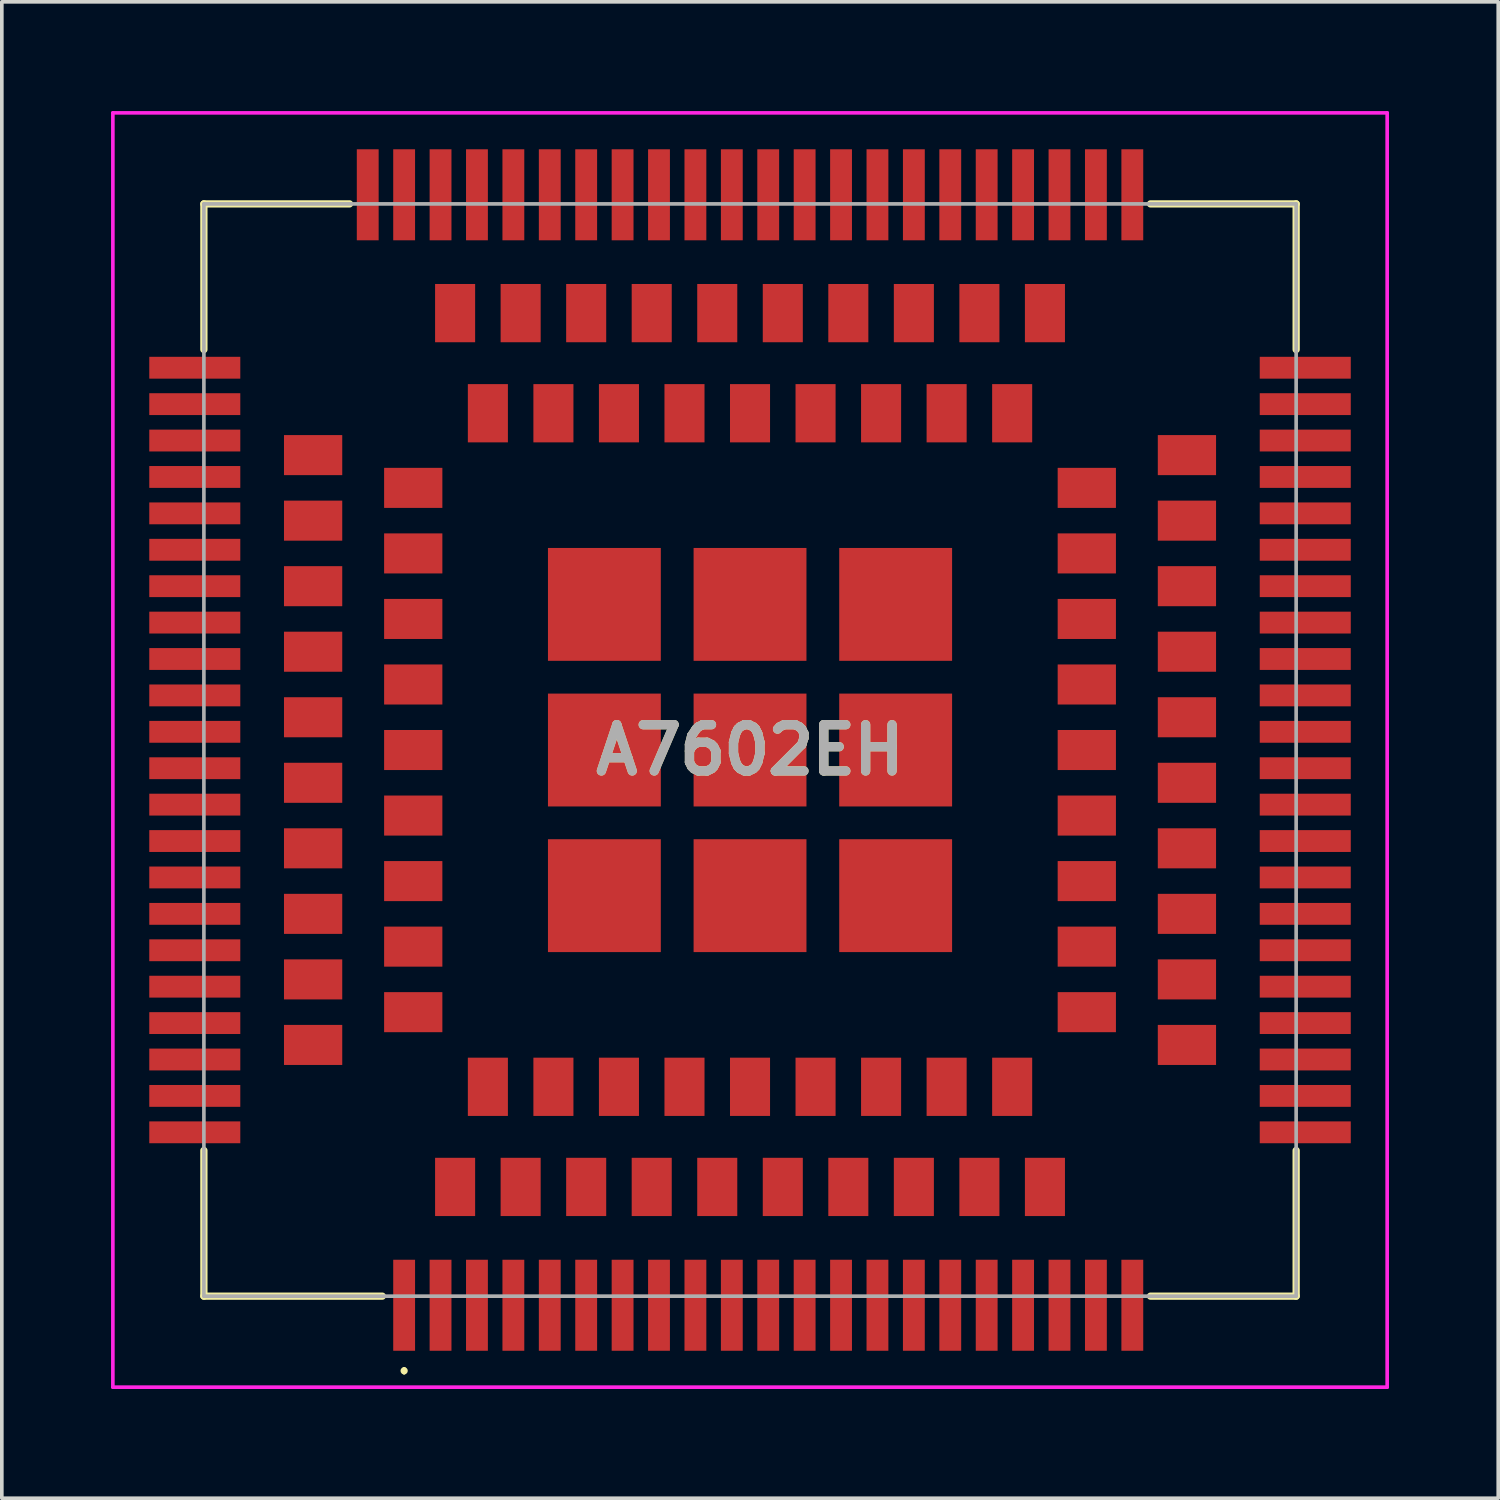
<source format=kicad_pcb>
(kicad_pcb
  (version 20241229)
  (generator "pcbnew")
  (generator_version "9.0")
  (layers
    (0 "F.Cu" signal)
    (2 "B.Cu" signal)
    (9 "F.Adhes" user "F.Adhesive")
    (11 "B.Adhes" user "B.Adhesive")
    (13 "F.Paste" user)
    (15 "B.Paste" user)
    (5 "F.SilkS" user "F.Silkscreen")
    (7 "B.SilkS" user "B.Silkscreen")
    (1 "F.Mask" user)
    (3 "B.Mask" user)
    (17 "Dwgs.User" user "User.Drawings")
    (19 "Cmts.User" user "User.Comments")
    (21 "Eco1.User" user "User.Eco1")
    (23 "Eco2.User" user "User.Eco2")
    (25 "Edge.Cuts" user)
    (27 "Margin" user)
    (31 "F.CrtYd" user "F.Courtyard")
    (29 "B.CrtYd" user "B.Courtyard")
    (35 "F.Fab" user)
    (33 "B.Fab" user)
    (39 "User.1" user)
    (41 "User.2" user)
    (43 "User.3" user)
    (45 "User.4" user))
  (footprint "A7602EH"
    (layer "F.Cu")
    (at 17.55 17.55)
    (property "Reference" "A7602EH" (at 0 0 0) (layer "F.SilkS") (effects (font (size 1.27 1.27) (thickness 0.254))))
    (attr smd)
    (fp_line (start -15 -15) (end -15 -11) (stroke (width 0.2) (type solid)) (layer "F.SilkS"))
    (fp_line (start -15 15) (end -15 11) (stroke (width 0.2) (type solid)) (layer "F.SilkS"))
    (fp_line (start -11 -15) (end -15 -15) (stroke (width 0.2) (type solid)) (layer "F.SilkS"))
    (fp_line (start -10.1 15) (end -15 15) (stroke (width 0.2) (type solid)) (layer "F.SilkS"))
    (fp_line (start -9.5 17) (end -9.5 17) (stroke (width 0.1) (type solid)) (layer "F.SilkS"))
    (fp_line (start -9.5 17.1) (end -9.5 17.1) (stroke (width 0.1) (type solid)) (layer "F.SilkS"))
    (fp_line (start 11 15) (end 15 15) (stroke (width 0.2) (type solid)) (layer "F.SilkS"))
    (fp_line (start 15 -15) (end 11 -15) (stroke (width 0.2) (type solid)) (layer "F.SilkS"))
    (fp_line (start 15 -11) (end 15 -15) (stroke (width 0.2) (type solid)) (layer "F.SilkS"))
    (fp_line (start 15 15) (end 15 11) (stroke (width 0.2) (type solid)) (layer "F.SilkS"))
    (fp_arc (start -9.5 17) (mid -9.45 17.05) (end -9.5 17.1) (stroke (width 0.1) (type solid)) (layer "F.SilkS"))
    (fp_arc (start -9.5 17.1) (mid -9.55 17.05) (end -9.5 17) (stroke (width 0.1) (type solid)) (layer "F.SilkS"))
    (fp_line (start -17.5 -17.5) (end 17.5 -17.5) (stroke (width 0.1) (type solid)) (layer "F.CrtYd"))
    (fp_line (start -17.5 17.5) (end -17.5 -17.5) (stroke (width 0.1) (type solid)) (layer "F.CrtYd"))
    (fp_line (start 17.5 -17.5) (end 17.5 17.5) (stroke (width 0.1) (type solid)) (layer "F.CrtYd"))
    (fp_line (start 17.5 17.5) (end -17.5 17.5) (stroke (width 0.1) (type solid)) (layer "F.CrtYd"))
    (fp_line (start -15 -15) (end 15 -15) (stroke (width 0.1) (type solid)) (layer "F.Fab"))
    (fp_line (start -15 15) (end -15 -15) (stroke (width 0.1) (type solid)) (layer "F.Fab"))
    (fp_line (start 15 -15) (end 15 15) (stroke (width 0.1) (type solid)) (layer "F.Fab"))
    (fp_line (start 15 15) (end -15 15) (stroke (width 0.1) (type solid)) (layer "F.Fab"))
    (fp_text user "${REFERENCE}" (at 0 0 0) (layer "F.Fab") (effects (font (size 1.27 1.27) (thickness 0.254))))
    (pad "1" smd rect (at -9.5 15.25) (size 0.6 2.5) (layers "F.Cu" "F.Mask" "F.Paste"))
    (pad "2" smd rect (at -8.5 15.25) (size 0.6 2.5) (layers "F.Cu" "F.Mask" "F.Paste"))
    (pad "3" smd rect (at -7.5 15.25) (size 0.6 2.5) (layers "F.Cu" "F.Mask" "F.Paste"))
    (pad "4" smd rect (at -6.5 15.25) (size 0.6 2.5) (layers "F.Cu" "F.Mask" "F.Paste"))
    (pad "5" smd rect (at -5.5 15.25) (size 0.6 2.5) (layers "F.Cu" "F.Mask" "F.Paste"))
    (pad "6" smd rect (at -4.5 15.25) (size 0.6 2.5) (layers "F.Cu" "F.Mask" "F.Paste"))
    (pad "7" smd rect (at -3.5 15.25) (size 0.6 2.5) (layers "F.Cu" "F.Mask" "F.Paste"))
    (pad "8" smd rect (at -2.5 15.25) (size 0.6 2.5) (layers "F.Cu" "F.Mask" "F.Paste"))
    (pad "9" smd rect (at -1.5 15.25) (size 0.6 2.5) (layers "F.Cu" "F.Mask" "F.Paste"))
    (pad "10" smd rect (at -0.5 15.25) (size 0.6 2.5) (layers "F.Cu" "F.Mask" "F.Paste"))
    (pad "11" smd rect (at 0.5 15.25) (size 0.6 2.5) (layers "F.Cu" "F.Mask" "F.Paste"))
    (pad "12" smd rect (at 1.5 15.25) (size 0.6 2.5) (layers "F.Cu" "F.Mask" "F.Paste"))
    (pad "13" smd rect (at 2.5 15.25) (size 0.6 2.5) (layers "F.Cu" "F.Mask" "F.Paste"))
    (pad "14" smd rect (at 3.5 15.25) (size 0.6 2.5) (layers "F.Cu" "F.Mask" "F.Paste"))
    (pad "15" smd rect (at 4.5 15.25) (size 0.6 2.5) (layers "F.Cu" "F.Mask" "F.Paste"))
    (pad "16" smd rect (at 5.5 15.25) (size 0.6 2.5) (layers "F.Cu" "F.Mask" "F.Paste"))
    (pad "17" smd rect (at 6.5 15.25) (size 0.6 2.5) (layers "F.Cu" "F.Mask" "F.Paste"))
    (pad "18" smd rect (at 7.5 15.25) (size 0.6 2.5) (layers "F.Cu" "F.Mask" "F.Paste"))
    (pad "19" smd rect (at 8.5 15.25) (size 0.6 2.5) (layers "F.Cu" "F.Mask" "F.Paste"))
    (pad "20" smd rect (at 9.5 15.25) (size 0.6 2.5) (layers "F.Cu" "F.Mask" "F.Paste"))
    (pad "21" smd rect (at 15.25 9.5 90) (size 0.6 2.5) (layers "F.Cu" "F.Mask" "F.Paste"))
    (pad "22" smd rect (at 15.25 8.5 90) (size 0.6 2.5) (layers "F.Cu" "F.Mask" "F.Paste"))
    (pad "23" smd rect (at 15.25 7.5 90) (size 0.6 2.5) (layers "F.Cu" "F.Mask" "F.Paste"))
    (pad "24" smd rect (at 15.25 6.5 90) (size 0.6 2.5) (layers "F.Cu" "F.Mask" "F.Paste"))
    (pad "25" smd rect (at 15.25 5.5 90) (size 0.6 2.5) (layers "F.Cu" "F.Mask" "F.Paste"))
    (pad "26" smd rect (at 15.25 4.5 90) (size 0.6 2.5) (layers "F.Cu" "F.Mask" "F.Paste"))
    (pad "27" smd rect (at 15.25 3.5 90) (size 0.6 2.5) (layers "F.Cu" "F.Mask" "F.Paste"))
    (pad "28" smd rect (at 15.25 2.5 90) (size 0.6 2.5) (layers "F.Cu" "F.Mask" "F.Paste"))
    (pad "29" smd rect (at 15.25 1.5 90) (size 0.6 2.5) (layers "F.Cu" "F.Mask" "F.Paste"))
    (pad "30" smd rect (at 15.25 0.5 90) (size 0.6 2.5) (layers "F.Cu" "F.Mask" "F.Paste"))
    (pad "31" smd rect (at 15.25 -0.5 90) (size 0.6 2.5) (layers "F.Cu" "F.Mask" "F.Paste"))
    (pad "32" smd rect (at 15.25 -1.5 90) (size 0.6 2.5) (layers "F.Cu" "F.Mask" "F.Paste"))
    (pad "33" smd rect (at 15.25 -2.5 90) (size 0.6 2.5) (layers "F.Cu" "F.Mask" "F.Paste"))
    (pad "34" smd rect (at 15.25 -3.5 90) (size 0.6 2.5) (layers "F.Cu" "F.Mask" "F.Paste"))
    (pad "35" smd rect (at 15.25 -4.5 90) (size 0.6 2.5) (layers "F.Cu" "F.Mask" "F.Paste"))
    (pad "36" smd rect (at 15.25 -5.5 90) (size 0.6 2.5) (layers "F.Cu" "F.Mask" "F.Paste"))
    (pad "37" smd rect (at 15.25 -6.5 90) (size 0.6 2.5) (layers "F.Cu" "F.Mask" "F.Paste"))
    (pad "38" smd rect (at 15.25 -7.5 90) (size 0.6 2.5) (layers "F.Cu" "F.Mask" "F.Paste"))
    (pad "39" smd rect (at 15.25 -8.5 90) (size 0.6 2.5) (layers "F.Cu" "F.Mask" "F.Paste"))
    (pad "40" smd rect (at 15.25 -9.5 90) (size 0.6 2.5) (layers "F.Cu" "F.Mask" "F.Paste"))
    (pad "41" smd rect (at 9.5 -15.25) (size 0.6 2.5) (layers "F.Cu" "F.Mask" "F.Paste"))
    (pad "42" smd rect (at 8.5 -15.25) (size 0.6 2.5) (layers "F.Cu" "F.Mask" "F.Paste"))
    (pad "43" smd rect (at 7.5 -15.25) (size 0.6 2.5) (layers "F.Cu" "F.Mask" "F.Paste"))
    (pad "44" smd rect (at 6.5 -15.25) (size 0.6 2.5) (layers "F.Cu" "F.Mask" "F.Paste"))
    (pad "45" smd rect (at 5.5 -15.25) (size 0.6 2.5) (layers "F.Cu" "F.Mask" "F.Paste"))
    (pad "46" smd rect (at 4.5 -15.25) (size 0.6 2.5) (layers "F.Cu" "F.Mask" "F.Paste"))
    (pad "47" smd rect (at 3.5 -15.25) (size 0.6 2.5) (layers "F.Cu" "F.Mask" "F.Paste"))
    (pad "48" smd rect (at 2.5 -15.25) (size 0.6 2.5) (layers "F.Cu" "F.Mask" "F.Paste"))
    (pad "49" smd rect (at 1.5 -15.25) (size 0.6 2.5) (layers "F.Cu" "F.Mask" "F.Paste"))
    (pad "50" smd rect (at 0.5 -15.25) (size 0.6 2.5) (layers "F.Cu" "F.Mask" "F.Paste"))
    (pad "51" smd rect (at -0.5 -15.25) (size 0.6 2.5) (layers "F.Cu" "F.Mask" "F.Paste"))
    (pad "52" smd rect (at -1.5 -15.25) (size 0.6 2.5) (layers "F.Cu" "F.Mask" "F.Paste"))
    (pad "53" smd rect (at -2.5 -15.25) (size 0.6 2.5) (layers "F.Cu" "F.Mask" "F.Paste"))
    (pad "54" smd rect (at -3.5 -15.25) (size 0.6 2.5) (layers "F.Cu" "F.Mask" "F.Paste"))
    (pad "55" smd rect (at -4.5 -15.25) (size 0.6 2.5) (layers "F.Cu" "F.Mask" "F.Paste"))
    (pad "56" smd rect (at -5.5 -15.25) (size 0.6 2.5) (layers "F.Cu" "F.Mask" "F.Paste"))
    (pad "57" smd rect (at -6.5 -15.25) (size 0.6 2.5) (layers "F.Cu" "F.Mask" "F.Paste"))
    (pad "58" smd rect (at -7.5 -15.25) (size 0.6 2.5) (layers "F.Cu" "F.Mask" "F.Paste"))
    (pad "59" smd rect (at -8.5 -15.25) (size 0.6 2.5) (layers "F.Cu" "F.Mask" "F.Paste"))
    (pad "60" smd rect (at -9.5 -15.25) (size 0.6 2.5) (layers "F.Cu" "F.Mask" "F.Paste"))
    (pad "61" smd rect (at -15.25 -9.5 90) (size 0.6 2.5) (layers "F.Cu" "F.Mask" "F.Paste"))
    (pad "62" smd rect (at -15.25 -8.5 90) (size 0.6 2.5) (layers "F.Cu" "F.Mask" "F.Paste"))
    (pad "63" smd rect (at -15.25 -7.5 90) (size 0.6 2.5) (layers "F.Cu" "F.Mask" "F.Paste"))
    (pad "64" smd rect (at -15.25 -6.5 90) (size 0.6 2.5) (layers "F.Cu" "F.Mask" "F.Paste"))
    (pad "65" smd rect (at -15.25 -5.5 90) (size 0.6 2.5) (layers "F.Cu" "F.Mask" "F.Paste"))
    (pad "66" smd rect (at -15.25 -4.5 90) (size 0.6 2.5) (layers "F.Cu" "F.Mask" "F.Paste"))
    (pad "67" smd rect (at -15.25 -3.5 90) (size 0.6 2.5) (layers "F.Cu" "F.Mask" "F.Paste"))
    (pad "68" smd rect (at -15.25 -2.5 90) (size 0.6 2.5) (layers "F.Cu" "F.Mask" "F.Paste"))
    (pad "69" smd rect (at -15.25 -1.5 90) (size 0.6 2.5) (layers "F.Cu" "F.Mask" "F.Paste"))
    (pad "70" smd rect (at -15.25 -0.5 90) (size 0.6 2.5) (layers "F.Cu" "F.Mask" "F.Paste"))
    (pad "71" smd rect (at -15.25 0.5 90) (size 0.6 2.5) (layers "F.Cu" "F.Mask" "F.Paste"))
    (pad "72" smd rect (at -15.25 1.5 90) (size 0.6 2.5) (layers "F.Cu" "F.Mask" "F.Paste"))
    (pad "73" smd rect (at -15.25 2.5 90) (size 0.6 2.5) (layers "F.Cu" "F.Mask" "F.Paste"))
    (pad "74" smd rect (at -15.25 3.5 90) (size 0.6 2.5) (layers "F.Cu" "F.Mask" "F.Paste"))
    (pad "75" smd rect (at -15.25 4.5 90) (size 0.6 2.5) (layers "F.Cu" "F.Mask" "F.Paste"))
    (pad "76" smd rect (at -15.25 5.5 90) (size 0.6 2.5) (layers "F.Cu" "F.Mask" "F.Paste"))
    (pad "77" smd rect (at -15.25 6.5 90) (size 0.6 2.5) (layers "F.Cu" "F.Mask" "F.Paste"))
    (pad "78" smd rect (at -15.25 7.5 90) (size 0.6 2.5) (layers "F.Cu" "F.Mask" "F.Paste"))
    (pad "79" smd rect (at -15.25 8.5 90) (size 0.6 2.5) (layers "F.Cu" "F.Mask" "F.Paste"))
    (pad "80" smd rect (at -15.25 9.5 90) (size 0.6 2.5) (layers "F.Cu" "F.Mask" "F.Paste"))
    (pad "81" smd rect (at 10.5 15.25) (size 0.6 2.5) (layers "F.Cu" "F.Mask" "F.Paste"))
    (pad "82" smd rect (at 10.5 -15.25) (size 0.6 2.5) (layers "F.Cu" "F.Mask" "F.Paste"))
    (pad "83" smd rect (at 15.25 -10.5 90) (size 0.6 2.5) (layers "F.Cu" "F.Mask" "F.Paste"))
    (pad "84" smd rect (at 15.25 10.5 90) (size 0.6 2.5) (layers "F.Cu" "F.Mask" "F.Paste"))
    (pad "85" smd rect (at -10.5 -15.25) (size 0.6 2.5) (layers "F.Cu" "F.Mask" "F.Paste"))
    (pad "86" smd rect (at -15.25 10.5 90) (size 0.6 2.5) (layers "F.Cu" "F.Mask" "F.Paste"))
    (pad "87" smd rect (at -15.25 -10.5 90) (size 0.6 2.5) (layers "F.Cu" "F.Mask" "F.Paste"))
    (pad "88" smd rect (at -6.3 12) (size 1.1 1.6) (layers "F.Cu" "F.Mask" "F.Paste"))
    (pad "89" smd rect (at -4.5 12) (size 1.1 1.6) (layers "F.Cu" "F.Mask" "F.Paste"))
    (pad "90" smd rect (at -2.7 12) (size 1.1 1.6) (layers "F.Cu" "F.Mask" "F.Paste"))
    (pad "91" smd rect (at -0.9 12) (size 1.1 1.6) (layers "F.Cu" "F.Mask" "F.Paste"))
    (pad "92" smd rect (at 0.9 12) (size 1.1 1.6) (layers "F.Cu" "F.Mask" "F.Paste"))
    (pad "93" smd rect (at 2.7 12) (size 1.1 1.6) (layers "F.Cu" "F.Mask" "F.Paste"))
    (pad "94" smd rect (at 4.5 12) (size 1.1 1.6) (layers "F.Cu" "F.Mask" "F.Paste"))
    (pad "95" smd rect (at 6.3 12) (size 1.1 1.6) (layers "F.Cu" "F.Mask" "F.Paste"))
    (pad "96" smd rect (at 12 6.3 90) (size 1.1 1.6) (layers "F.Cu" "F.Mask" "F.Paste"))
    (pad "97" smd rect (at 12 4.5 90) (size 1.1 1.6) (layers "F.Cu" "F.Mask" "F.Paste"))
    (pad "98" smd rect (at 12 2.7 90) (size 1.1 1.6) (layers "F.Cu" "F.Mask" "F.Paste"))
    (pad "99" smd rect (at 12 0.9 90) (size 1.1 1.6) (layers "F.Cu" "F.Mask" "F.Paste"))
    (pad "100" smd rect (at 12 -0.9 90) (size 1.1 1.6) (layers "F.Cu" "F.Mask" "F.Paste"))
    (pad "101" smd rect (at 12 -2.7 90) (size 1.1 1.6) (layers "F.Cu" "F.Mask" "F.Paste"))
    (pad "102" smd rect (at 12 -4.5 90) (size 1.1 1.6) (layers "F.Cu" "F.Mask" "F.Paste"))
    (pad "103" smd rect (at 12 -6.3 90) (size 1.1 1.6) (layers "F.Cu" "F.Mask" "F.Paste"))
    (pad "104" smd rect (at 6.3 -12) (size 1.1 1.6) (layers "F.Cu" "F.Mask" "F.Paste"))
    (pad "105" smd rect (at 4.5 -12) (size 1.1 1.6) (layers "F.Cu" "F.Mask" "F.Paste"))
    (pad "106" smd rect (at 2.7 -12) (size 1.1 1.6) (layers "F.Cu" "F.Mask" "F.Paste"))
    (pad "107" smd rect (at 0.9 -12) (size 1.1 1.6) (layers "F.Cu" "F.Mask" "F.Paste"))
    (pad "108" smd rect (at -0.9 -12) (size 1.1 1.6) (layers "F.Cu" "F.Mask" "F.Paste"))
    (pad "109" smd rect (at -2.7 -12) (size 1.1 1.6) (layers "F.Cu" "F.Mask" "F.Paste"))
    (pad "110" smd rect (at -4.5 -12) (size 1.1 1.6) (layers "F.Cu" "F.Mask" "F.Paste"))
    (pad "111" smd rect (at -6.3 -12) (size 1.1 1.6) (layers "F.Cu" "F.Mask" "F.Paste"))
    (pad "112" smd rect (at -12 -6.3 90) (size 1.1 1.6) (layers "F.Cu" "F.Mask" "F.Paste"))
    (pad "113" smd rect (at -12 -4.5 90) (size 1.1 1.6) (layers "F.Cu" "F.Mask" "F.Paste"))
    (pad "114" smd rect (at -12 -2.7 90) (size 1.1 1.6) (layers "F.Cu" "F.Mask" "F.Paste"))
    (pad "115" smd rect (at -12 -0.9 90) (size 1.1 1.6) (layers "F.Cu" "F.Mask" "F.Paste"))
    (pad "116" smd rect (at -12 0.9 90) (size 1.1 1.6) (layers "F.Cu" "F.Mask" "F.Paste"))
    (pad "117" smd rect (at -12 2.7 90) (size 1.1 1.6) (layers "F.Cu" "F.Mask" "F.Paste"))
    (pad "118" smd rect (at -12 4.5 90) (size 1.1 1.6) (layers "F.Cu" "F.Mask" "F.Paste"))
    (pad "119" smd rect (at -12 6.3 90) (size 1.1 1.6) (layers "F.Cu" "F.Mask" "F.Paste"))
    (pad "120" smd rect (at -8.1 12) (size 1.1 1.6) (layers "F.Cu" "F.Mask" "F.Paste"))
    (pad "121" smd rect (at 8.1 12) (size 1.1 1.6) (layers "F.Cu" "F.Mask" "F.Paste"))
    (pad "122" smd rect (at 12 8.1 90) (size 1.1 1.6) (layers "F.Cu" "F.Mask" "F.Paste"))
    (pad "123" smd rect (at 12 -8.1 90) (size 1.1 1.6) (layers "F.Cu" "F.Mask" "F.Paste"))
    (pad "124" smd rect (at 8.1 -12) (size 1.1 1.6) (layers "F.Cu" "F.Mask" "F.Paste"))
    (pad "125" smd rect (at -8.1 -12) (size 1.1 1.6) (layers "F.Cu" "F.Mask" "F.Paste"))
    (pad "126" smd rect (at -12 -8.1 90) (size 1.1 1.6) (layers "F.Cu" "F.Mask" "F.Paste"))
    (pad "127" smd rect (at -12 8.1 90) (size 1.1 1.6) (layers "F.Cu" "F.Mask" "F.Paste"))
    (pad "128" smd rect (at -7.2 9.25) (size 1.1 1.6) (layers "F.Cu" "F.Mask" "F.Paste"))
    (pad "129" smd rect (at -5.4 9.25) (size 1.1 1.6) (layers "F.Cu" "F.Mask" "F.Paste"))
    (pad "130" smd rect (at -3.6 9.25) (size 1.1 1.6) (layers "F.Cu" "F.Mask" "F.Paste"))
    (pad "131" smd rect (at -1.8 9.25) (size 1.1 1.6) (layers "F.Cu" "F.Mask" "F.Paste"))
    (pad "132" smd rect (at 0 9.25) (size 1.1 1.6) (layers "F.Cu" "F.Mask" "F.Paste"))
    (pad "133" smd rect (at 1.8 9.25) (size 1.1 1.6) (layers "F.Cu" "F.Mask" "F.Paste"))
    (pad "134" smd rect (at 3.6 9.25) (size 1.1 1.6) (layers "F.Cu" "F.Mask" "F.Paste"))
    (pad "135" smd rect (at 5.4 9.25) (size 1.1 1.6) (layers "F.Cu" "F.Mask" "F.Paste"))
    (pad "136" smd rect (at 7.2 9.25) (size 1.1 1.6) (layers "F.Cu" "F.Mask" "F.Paste"))
    (pad "137" smd rect (at 9.25 7.2 90) (size 1.1 1.6) (layers "F.Cu" "F.Mask" "F.Paste"))
    (pad "138" smd rect (at 9.25 5.4 90) (size 1.1 1.6) (layers "F.Cu" "F.Mask" "F.Paste"))
    (pad "139" smd rect (at 9.25 3.6 90) (size 1.1 1.6) (layers "F.Cu" "F.Mask" "F.Paste"))
    (pad "140" smd rect (at 9.25 1.8 90) (size 1.1 1.6) (layers "F.Cu" "F.Mask" "F.Paste"))
    (pad "141" smd rect (at 9.25 0 90) (size 1.1 1.6) (layers "F.Cu" "F.Mask" "F.Paste"))
    (pad "142" smd rect (at 9.25 -1.8 90) (size 1.1 1.6) (layers "F.Cu" "F.Mask" "F.Paste"))
    (pad "143" smd rect (at 9.25 -3.6 90) (size 1.1 1.6) (layers "F.Cu" "F.Mask" "F.Paste"))
    (pad "144" smd rect (at 9.25 -5.4 90) (size 1.1 1.6) (layers "F.Cu" "F.Mask" "F.Paste"))
    (pad "145" smd rect (at 9.25 -7.2 90) (size 1.1 1.6) (layers "F.Cu" "F.Mask" "F.Paste"))
    (pad "146" smd rect (at 7.2 -9.25) (size 1.1 1.6) (layers "F.Cu" "F.Mask" "F.Paste"))
    (pad "147" smd rect (at 5.4 -9.25) (size 1.1 1.6) (layers "F.Cu" "F.Mask" "F.Paste"))
    (pad "148" smd rect (at 3.6 -9.25) (size 1.1 1.6) (layers "F.Cu" "F.Mask" "F.Paste"))
    (pad "149" smd rect (at 1.8 -9.25) (size 1.1 1.6) (layers "F.Cu" "F.Mask" "F.Paste"))
    (pad "150" smd rect (at 0 -9.25) (size 1.1 1.6) (layers "F.Cu" "F.Mask" "F.Paste"))
    (pad "151" smd rect (at -1.8 -9.25) (size 1.1 1.6) (layers "F.Cu" "F.Mask" "F.Paste"))
    (pad "152" smd rect (at -3.6 -9.25) (size 1.1 1.6) (layers "F.Cu" "F.Mask" "F.Paste"))
    (pad "153" smd rect (at -5.4 -9.25) (size 1.1 1.6) (layers "F.Cu" "F.Mask" "F.Paste"))
    (pad "154" smd rect (at -7.2 -9.25) (size 1.1 1.6) (layers "F.Cu" "F.Mask" "F.Paste"))
    (pad "155" smd rect (at -9.25 -7.2 90) (size 1.1 1.6) (layers "F.Cu" "F.Mask" "F.Paste"))
    (pad "156" smd rect (at -9.25 -5.4 90) (size 1.1 1.6) (layers "F.Cu" "F.Mask" "F.Paste"))
    (pad "157" smd rect (at -9.25 -3.6 90) (size 1.1 1.6) (layers "F.Cu" "F.Mask" "F.Paste"))
    (pad "158" smd rect (at -9.25 -1.8 90) (size 1.1 1.6) (layers "F.Cu" "F.Mask" "F.Paste"))
    (pad "159" smd rect (at -9.25 0 90) (size 1.1 1.6) (layers "F.Cu" "F.Mask" "F.Paste"))
    (pad "160" smd rect (at -9.25 1.8 90) (size 1.1 1.6) (layers "F.Cu" "F.Mask" "F.Paste"))
    (pad "161" smd rect (at -9.25 3.6 90) (size 1.1 1.6) (layers "F.Cu" "F.Mask" "F.Paste"))
    (pad "162" smd rect (at -9.25 5.4 90) (size 1.1 1.6) (layers "F.Cu" "F.Mask" "F.Paste"))
    (pad "163" smd rect (at -9.25 7.2 90) (size 1.1 1.6) (layers "F.Cu" "F.Mask" "F.Paste"))
    (pad "164" smd rect (at -4 4) (size 3.1 3.1) (layers "F.Cu" "F.Mask" "F.Paste"))
    (pad "165" smd rect (at 0 4) (size 3.1 3.1) (layers "F.Cu" "F.Mask" "F.Paste"))
    (pad "166" smd rect (at 4 4) (size 3.1 3.1) (layers "F.Cu" "F.Mask" "F.Paste"))
    (pad "167" smd rect (at 4 0) (size 3.1 3.1) (layers "F.Cu" "F.Mask" "F.Paste"))
    (pad "168" smd rect (at 4 -4) (size 3.1 3.1) (layers "F.Cu" "F.Mask" "F.Paste"))
    (pad "169" smd rect (at 0 -4) (size 3.1 3.1) (layers "F.Cu" "F.Mask" "F.Paste"))
    (pad "170" smd rect (at -4 -4) (size 3.1 3.1) (layers "F.Cu" "F.Mask" "F.Paste"))
    (pad "171" smd rect (at -4 0) (size 3.1 3.1) (layers "F.Cu" "F.Mask" "F.Paste"))
    (pad "172" smd rect (at 0 0) (size 3.1 3.1) (layers "F.Cu" "F.Mask" "F.Paste")))
  (gr_rect
    (start -3 -3)
    (end 38.1 38.1)
    (stroke (width 0.1) (type default))
    (fill no)
    (layer "Edge.Cuts")))
</source>
